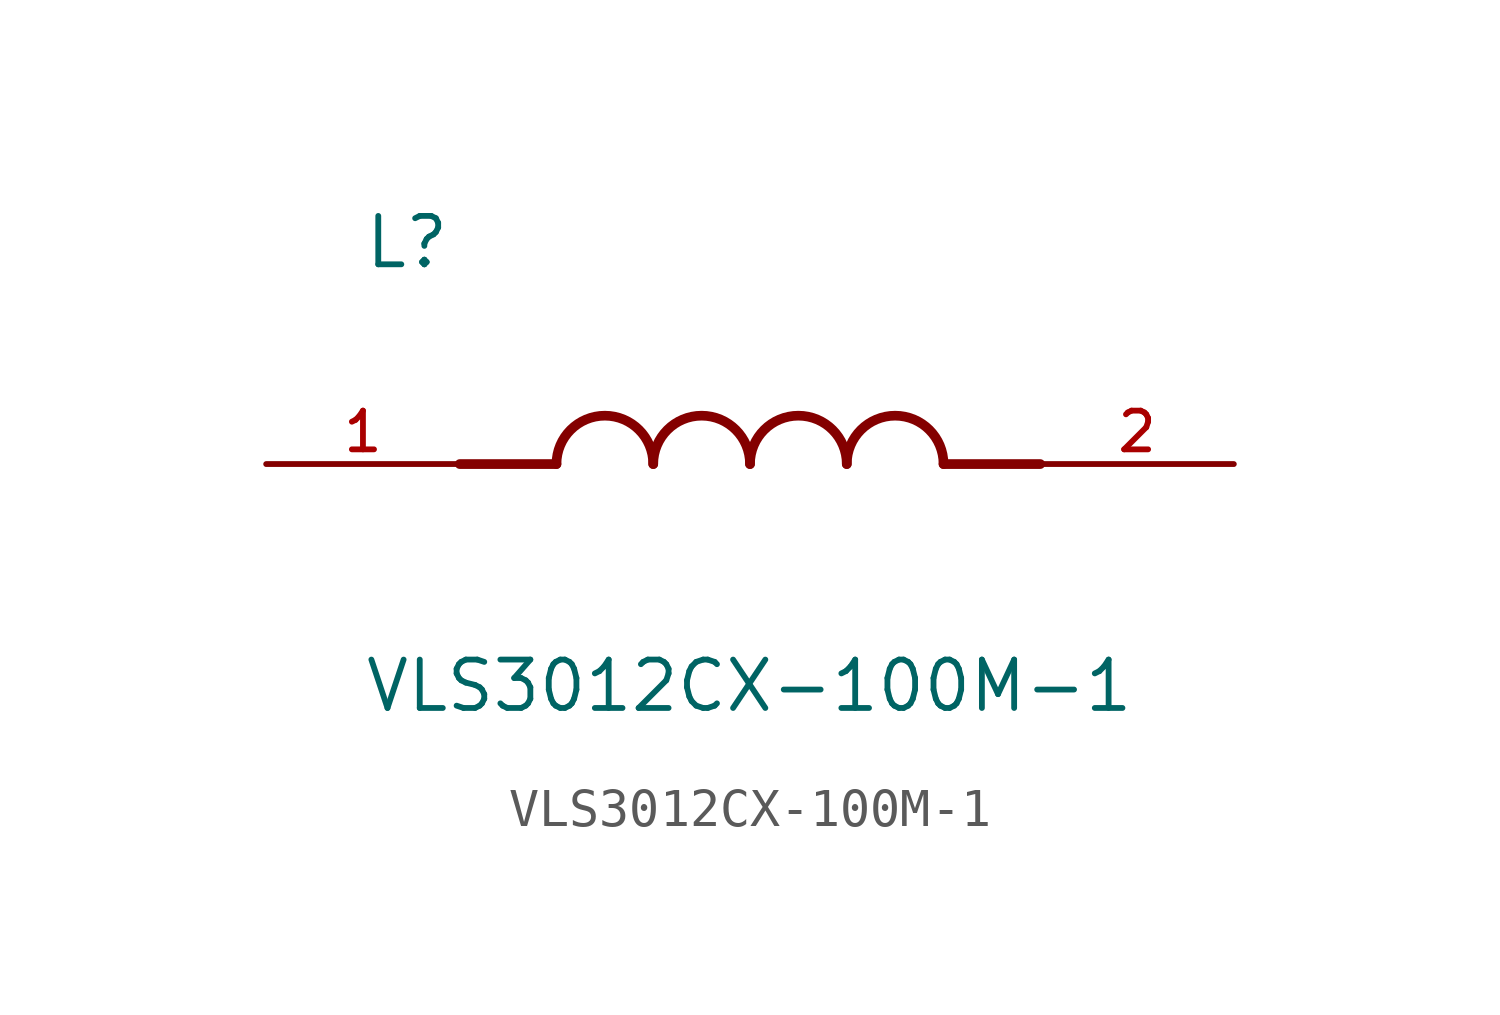
<source format=kicad_sym>
(kicad_symbol_lib
  (version 20211014)
  (generator kicad_symbol_editor)
  (symbol "VLS3012CX-100M-1"
    (pin_names
      (offset 1.016))
    (property "Reference" "L"
      (at -10.16 5.08 0)
      (effects (font (size 1.27 1.27)) (justify bottom left)))
    (property "Value" "VLS3012CX-100M-1"
      (at -10.16 -5.08 0)
      (effects (font (size 1.27 1.27)) (justify top left)))
    (symbol "VLS3012CX-100M-1_0_0"
      (polyline (pts (xy -5.08 0.0) (xy -7.62 0.0)) (stroke (width 0.254)))
      (polyline (pts (xy 5.08 0.0) (xy 7.62 0.0)) (stroke (width 0.254)))
      (arc (start -2.54 0.0) (mid -3.81 1.27) (end -5.08 0.0) (stroke (width 0.254) (type default) (color 0 0 0 0)) (fill (type none)))
      (arc (start 0.0 0.0) (mid -1.27 1.27) (end -2.54 0.0) (stroke (width 0.254) (type default) (color 0 0 0 0)) (fill (type none)))
      (arc (start 2.54 0.0) (mid 1.27 1.27) (end 0.0 0.0) (stroke (width 0.254) (type default) (color 0 0 0 0)) (fill (type none)))
      (arc (start 5.08 0.0) (mid 3.81 1.27) (end 2.54 0.0) (stroke (width 0.254) (type default) (color 0 0 0 0)) (fill (type none)))
      (pin passive line (at -12.7 0.0 0) (length 5.08) (name "~" (effects (font (size 1.016 1.016)))) (number "1" (effects (font (size 1.016 1.016)))))
      (pin passive line (at 12.7 0.0 180.0) (length 5.08) (name "~" (effects (font (size 1.016 1.016)))) (number "2" (effects (font (size 1.016 1.016))))))))
</source>
